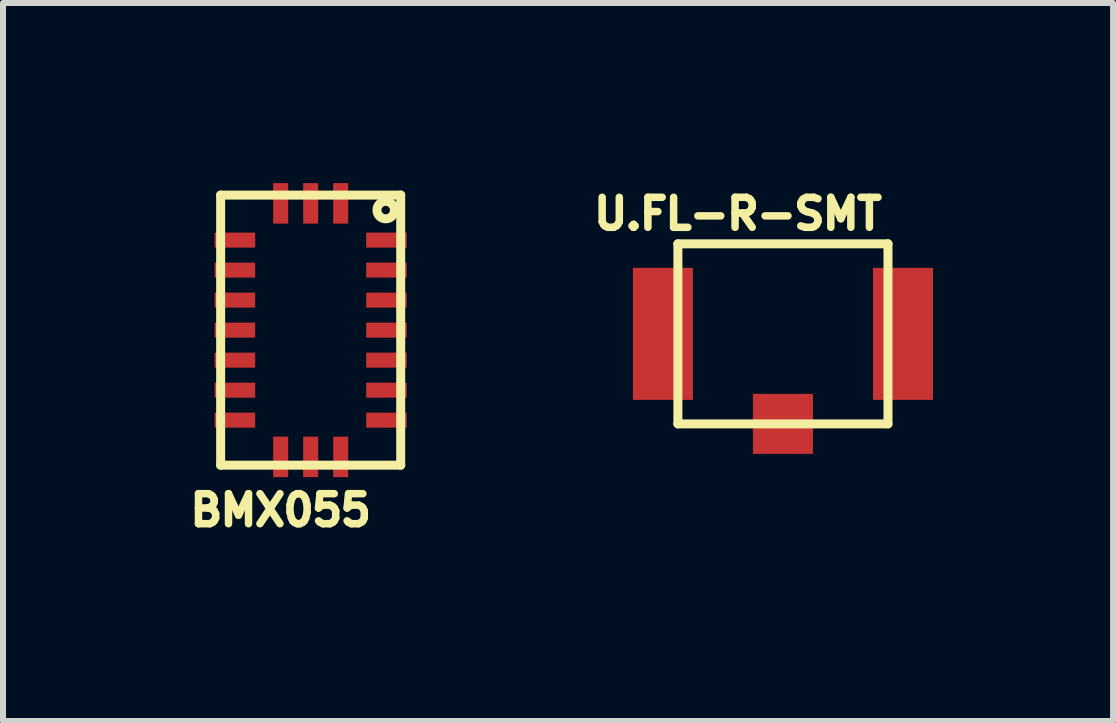
<source format=kicad_pcb>
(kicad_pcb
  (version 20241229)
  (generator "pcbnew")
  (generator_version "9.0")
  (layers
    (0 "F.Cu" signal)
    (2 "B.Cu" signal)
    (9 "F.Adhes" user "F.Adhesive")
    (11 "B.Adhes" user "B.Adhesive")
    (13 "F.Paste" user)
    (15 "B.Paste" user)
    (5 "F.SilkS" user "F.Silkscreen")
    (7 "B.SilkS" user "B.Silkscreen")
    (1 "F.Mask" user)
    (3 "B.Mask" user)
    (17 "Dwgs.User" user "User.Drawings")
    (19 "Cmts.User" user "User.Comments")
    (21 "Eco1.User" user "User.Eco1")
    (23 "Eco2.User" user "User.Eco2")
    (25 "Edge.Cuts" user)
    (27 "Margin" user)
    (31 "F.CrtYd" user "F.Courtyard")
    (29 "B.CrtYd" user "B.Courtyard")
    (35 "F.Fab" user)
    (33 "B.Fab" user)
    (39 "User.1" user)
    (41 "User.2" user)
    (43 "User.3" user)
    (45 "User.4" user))
  (footprint "U.FL-R-SMT"
    (layer "F.Cu")
    (at 9.994 2.512)
    (property "Reference" "U.FL-R-SMT" (at -0.75 -2 0) (layer "F.SilkS") (effects (font (size 0.5 0.5) (thickness 0.125))))
    (attr through_hole)
    (fp_line (start -1.75 -1.5) (end -1.75 1.5) (stroke (width 0.15) (type solid)) (layer "F.SilkS"))
    (fp_line (start -1.75 1.5) (end 1.75 1.5) (stroke (width 0.15) (type solid)) (layer "F.SilkS"))
    (fp_line (start 1.75 -1.5) (end -1.75 -1.5) (stroke (width 0.15) (type solid)) (layer "F.SilkS"))
    (fp_line (start 1.75 1.5) (end 1.75 -1.5) (stroke (width 0.15) (type solid)) (layer "F.SilkS"))
    (pad "1" smd trapezoid (at 0 1.5) (size 1 1) (layers "F.Cu" "F.Mask" "F.Paste"))
    (pad "2" smd trapezoid (at -2 0) (size 1 2.2) (layers "F.Cu" "F.Mask" "F.Paste"))
    (pad "2" smd trapezoid (at 2 0) (size 1 2.2) (layers "F.Cu" "F.Mask" "F.Paste")))
  (footprint "BMX055"
    (layer "F.Cu")
    (at 2.126 2.45)
    (property "Reference" "BMX055" (at -0.5 3 0) (layer "F.SilkS") (effects (font (size 0.5 0.5) (thickness 0.125))))
    (attr through_hole)
    (fp_line (start -1.5 -2.25) (end 1.5 -2.25) (stroke (width 0.15) (type solid)) (layer "F.SilkS"))
    (fp_line (start -1.5 2.25) (end -1.5 -2.25) (stroke (width 0.15) (type solid)) (layer "F.SilkS"))
    (fp_line (start 1.5 -2.25) (end 1.5 2.25) (stroke (width 0.15) (type solid)) (layer "F.SilkS"))
    (fp_line (start 1.5 2.25) (end -1.5 2.25) (stroke (width 0.15) (type solid)) (layer "F.SilkS"))
    (fp_circle (center 1.25 -2) (end 1.3 -2.05) (stroke (width 0.15) (type solid)) (fill no) (layer "F.SilkS"))
    (pad "1" smd rect (at 1.262 -1.5) (size 0.675 0.25) (layers "F.Cu" "F.Mask" "F.Paste"))
    (pad "2" smd rect (at 1.262 -1) (size 0.675 0.25) (layers "F.Cu" "F.Mask" "F.Paste"))
    (pad "3" smd rect (at 1.262 -0.5) (size 0.675 0.25) (layers "F.Cu" "F.Mask" "F.Paste"))
    (pad "4" smd rect (at 1.262 0) (size 0.675 0.25) (layers "F.Cu" "F.Mask" "F.Paste"))
    (pad "5" smd rect (at 1.262 0.5) (size 0.675 0.25) (layers "F.Cu" "F.Mask" "F.Paste"))
    (pad "6" smd rect (at 1.262 1) (size 0.675 0.25) (layers "F.Cu" "F.Mask" "F.Paste"))
    (pad "7" smd rect (at 1.262 1.5) (size 0.675 0.25) (layers "F.Cu" "F.Mask" "F.Paste"))
    (pad "8" smd rect (at 0.5 2.112 90) (size 0.675 0.25) (layers "F.Cu" "F.Mask" "F.Paste"))
    (pad "9" smd rect (at 0 2.112 90) (size 0.675 0.25) (layers "F.Cu" "F.Mask" "F.Paste"))
    (pad "10" smd rect (at -0.5 2.112 90) (size 0.675 0.25) (layers "F.Cu" "F.Mask" "F.Paste"))
    (pad "11" smd rect (at -1.262 1.5) (size 0.675 0.25) (layers "F.Cu" "F.Mask" "F.Paste"))
    (pad "12" smd rect (at -1.262 1) (size 0.675 0.25) (layers "F.Cu" "F.Mask" "F.Paste"))
    (pad "13" smd rect (at -1.262 0.5) (size 0.675 0.25) (layers "F.Cu" "F.Mask" "F.Paste"))
    (pad "14" smd rect (at -1.262 0) (size 0.675 0.25) (layers "F.Cu" "F.Mask" "F.Paste"))
    (pad "15" smd rect (at -1.262 -0.5) (size 0.675 0.25) (layers "F.Cu" "F.Mask" "F.Paste"))
    (pad "16" smd rect (at -1.262 -1) (size 0.675 0.25) (layers "F.Cu" "F.Mask" "F.Paste"))
    (pad "17" smd rect (at -1.262 -1.5) (size 0.675 0.25) (layers "F.Cu" "F.Mask" "F.Paste"))
    (pad "18" smd rect (at -0.5 -2.112 90) (size 0.675 0.25) (layers "F.Cu" "F.Mask" "F.Paste"))
    (pad "19" smd rect (at 0 -2.112 90) (size 0.675 0.25) (layers "F.Cu" "F.Mask" "F.Paste"))
    (pad "20" smd rect (at 0.5 -2.112 90) (size 0.675 0.25) (layers "F.Cu" "F.Mask" "F.Paste")))
  (gr_rect
    (start -3 -3)
    (end 15.494 8.962)
    (stroke (width 0.1) (type default))
    (fill no)
    (layer "Edge.Cuts")))
</source>
